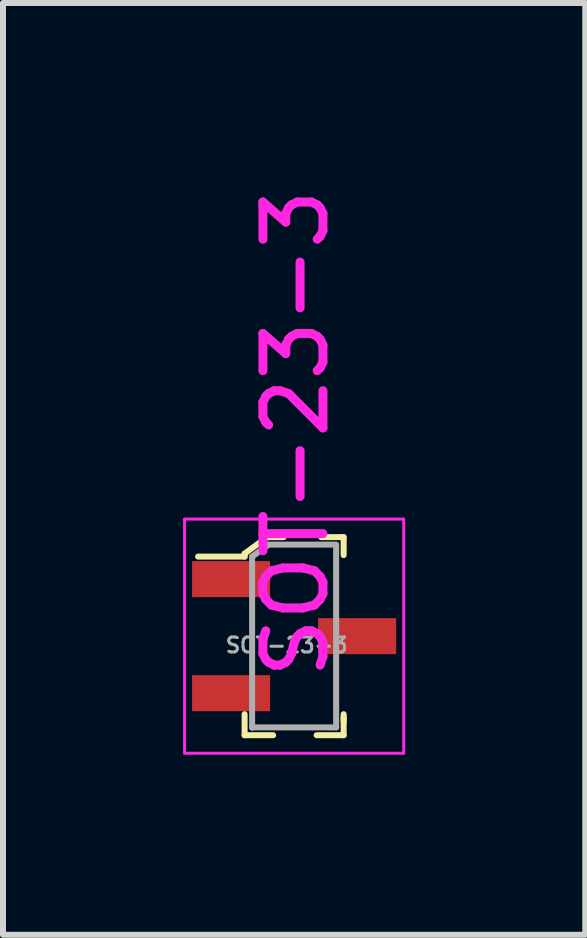
<source format=kicad_pcb>
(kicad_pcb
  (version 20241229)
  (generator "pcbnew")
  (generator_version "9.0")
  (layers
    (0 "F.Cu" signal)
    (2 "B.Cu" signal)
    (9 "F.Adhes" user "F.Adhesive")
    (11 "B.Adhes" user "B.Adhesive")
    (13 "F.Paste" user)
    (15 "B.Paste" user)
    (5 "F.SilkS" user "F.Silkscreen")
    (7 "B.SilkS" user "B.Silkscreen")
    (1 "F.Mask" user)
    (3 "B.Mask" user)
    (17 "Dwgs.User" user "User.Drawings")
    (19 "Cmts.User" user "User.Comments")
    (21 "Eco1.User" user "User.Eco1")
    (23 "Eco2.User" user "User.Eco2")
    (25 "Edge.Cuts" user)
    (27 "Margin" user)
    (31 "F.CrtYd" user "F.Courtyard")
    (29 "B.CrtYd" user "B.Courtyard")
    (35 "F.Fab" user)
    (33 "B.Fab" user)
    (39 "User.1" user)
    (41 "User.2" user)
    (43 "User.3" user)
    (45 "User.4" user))
  (footprint "SOT-23-3"
    (layer "F.Cu")
    (at 1.85 7.548)
    (property "Reference" "SOT-23-3" (at 0.025 -3.375 90) (layer "F.CrtYd") (effects (font (size 1 1) (thickness 0.15))))
    (attr smd)
    (fp_line (start -0.825 -1.375) (end -0.825 -1.325) (stroke (width 0.1) (type solid)) (layer "F.SilkS"))
    (fp_line (start -0.825 -1.325) (end -1.6 -1.325) (stroke (width 0.1) (type solid)) (layer "F.SilkS"))
    (fp_line (start -0.825 1.65) (end -0.825 1.3) (stroke (width 0.1) (type solid)) (layer "F.SilkS"))
    (fp_line (start -0.45 -1.65) (end -0.825 -1.375) (stroke (width 0.1) (type solid)) (layer "F.SilkS"))
    (fp_line (start -0.35 1.65) (end -0.825 1.65) (stroke (width 0.1) (type solid)) (layer "F.SilkS"))
    (fp_line (start -0.175 -1.65) (end -0.45 -1.65) (stroke (width 0.1) (type solid)) (layer "F.SilkS"))
    (fp_line (start 0.45 -1.65) (end 0.825 -1.65) (stroke (width 0.1) (type solid)) (layer "F.SilkS"))
    (fp_line (start 0.825 -1.65) (end 0.825 -1.35) (stroke (width 0.1) (type solid)) (layer "F.SilkS"))
    (fp_line (start 0.825 1.35) (end 0.825 1.65) (stroke (width 0.1) (type solid)) (layer "F.SilkS"))
    (fp_line (start 0.825 1.425) (end 0.825 1.3) (stroke (width 0.1) (type solid)) (layer "F.SilkS"))
    (fp_line (start 0.825 1.65) (end 0.375 1.65) (stroke (width 0.1) (type solid)) (layer "F.SilkS"))
    (fp_line (start -1.825 -1.95) (end -1.825 1.95) (stroke (width 0.05) (type solid)) (layer "F.CrtYd"))
    (fp_line (start -1.825 -1.95) (end 1.825 -1.95) (stroke (width 0.05) (type solid)) (layer "F.CrtYd"))
    (fp_line (start 1.825 -1.95) (end 1.825 1.95) (stroke (width 0.05) (type solid)) (layer "F.CrtYd"))
    (fp_line (start 1.825 1.95) (end -1.825 1.95) (stroke (width 0.05) (type solid)) (layer "F.CrtYd"))
    (fp_line (start -0.7 -1.325) (end -0.7 1.525) (stroke (width 0.1) (type solid)) (layer "F.Fab"))
    (fp_line (start -0.7 1.52) (end 0.7 1.52) (stroke (width 0.1) (type solid)) (layer "F.Fab"))
    (fp_line (start -0.425 -1.525) (end -0.7 -1.325) (stroke (width 0.1) (type solid)) (layer "F.Fab"))
    (fp_line (start -0.425 -1.525) (end 0.7 -1.525) (stroke (width 0.1) (type solid)) (layer "F.Fab"))
    (fp_line (start 0.7 1.52) (end 0.7 -1.52) (stroke (width 0.1) (type solid)) (layer "F.Fab"))
    (fp_text user "${REFERENCE}" (at -0.125 0.15 0) (layer "F.Fab") (effects (font (size 0.25 0.25) (thickness 0.05))))
    (pad "1" smd rect (at -1.05 -0.95) (size 1.3 0.6) (layers "F.Cu" "F.Mask" "F.Paste"))
    (pad "2" smd rect (at -1.05 0.95) (size 1.3 0.6) (layers "F.Cu" "F.Mask" "F.Paste"))
    (pad "3" smd rect (at 1.05 0) (size 1.3 0.6) (layers "F.Cu" "F.Mask" "F.Paste")))
  (gr_rect
    (start -3 -3)
    (end 6.7 12.523)
    (stroke (width 0.1) (type default))
    (fill no)
    (layer "Edge.Cuts")))
</source>
